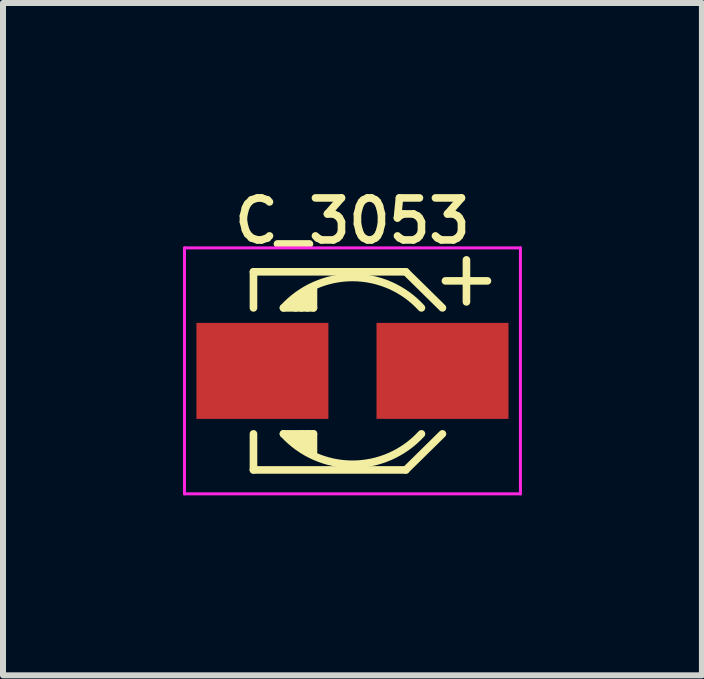
<source format=kicad_pcb>
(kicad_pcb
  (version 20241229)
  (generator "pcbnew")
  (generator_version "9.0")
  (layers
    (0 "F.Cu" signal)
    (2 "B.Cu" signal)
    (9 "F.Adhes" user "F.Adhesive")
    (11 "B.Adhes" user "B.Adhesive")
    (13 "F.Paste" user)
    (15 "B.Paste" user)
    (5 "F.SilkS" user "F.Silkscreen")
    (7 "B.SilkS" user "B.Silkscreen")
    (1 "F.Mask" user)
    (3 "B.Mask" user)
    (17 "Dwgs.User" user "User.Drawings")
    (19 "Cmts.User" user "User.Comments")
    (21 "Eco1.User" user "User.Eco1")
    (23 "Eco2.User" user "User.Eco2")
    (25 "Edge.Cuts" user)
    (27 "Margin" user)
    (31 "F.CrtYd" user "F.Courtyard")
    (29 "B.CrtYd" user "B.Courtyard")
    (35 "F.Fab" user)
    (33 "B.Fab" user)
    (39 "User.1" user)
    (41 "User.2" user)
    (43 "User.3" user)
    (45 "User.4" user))
  (footprint "C_3053"
    (layer "F.Cu")
    (at 2.825 3.132)
    (property "Reference" "C_3053" (at 0 -2.5 0) (layer "F.SilkS") (effects (font (size 0.7 0.7) (thickness 0.127))))
    (attr smd)
    (fp_line (start -1.651 1.651) (end 0.889 1.651) (stroke (width 0.127) (type solid)) (layer "F.SilkS"))
    (fp_line (start -1.65 -1.65) (end -1.65 -1.05) (stroke (width 0.127) (type solid)) (layer "F.SilkS"))
    (fp_line (start -1.65 1.65) (end -1.65 1.05) (stroke (width 0.127) (type solid)) (layer "F.SilkS"))
    (fp_line (start -1.15 -1.05) (end -0.65 -1.05) (stroke (width 0.127) (type solid)) (layer "F.SilkS"))
    (fp_line (start -1.15 1.05) (end -0.65 1.05) (stroke (width 0.127) (type solid)) (layer "F.SilkS"))
    (fp_line (start -0.95 -1.2) (end -0.95 -1.05) (stroke (width 0.127) (type solid)) (layer "F.SilkS"))
    (fp_line (start -0.95 1.2) (end -0.95 1.1) (stroke (width 0.127) (type solid)) (layer "F.SilkS"))
    (fp_line (start -0.85 -1.25) (end -0.85 -1.05) (stroke (width 0.127) (type solid)) (layer "F.SilkS"))
    (fp_line (start -0.85 1.25) (end -0.85 1.05) (stroke (width 0.127) (type solid)) (layer "F.SilkS"))
    (fp_line (start -0.75 -1.35) (end -0.75 -1.05) (stroke (width 0.127) (type solid)) (layer "F.SilkS"))
    (fp_line (start -0.75 1.3) (end -0.75 1.05) (stroke (width 0.127) (type solid)) (layer "F.SilkS"))
    (fp_line (start -0.65 -1.4) (end -0.65 -1.05) (stroke (width 0.127) (type solid)) (layer "F.SilkS"))
    (fp_line (start -0.65 1.35) (end -0.65 1.05) (stroke (width 0.127) (type solid)) (layer "F.SilkS"))
    (fp_line (start 0.889 -1.651) (end -1.651 -1.651) (stroke (width 0.127) (type solid)) (layer "F.SilkS"))
    (fp_line (start 0.889 1.651) (end 1.5 1.05) (stroke (width 0.127) (type solid)) (layer "F.SilkS"))
    (fp_line (start 1.5 -1.05) (end 0.889 -1.651) (stroke (width 0.127) (type solid)) (layer "F.SilkS"))
    (fp_line (start 1.55 -1.5) (end 2.25 -1.5) (stroke (width 0.127) (type solid)) (layer "F.SilkS"))
    (fp_line (start 1.9 -1.85) (end 1.9 -1.15) (stroke (width 0.127) (type solid)) (layer "F.SilkS"))
    (fp_arc (start -1.15 -1.05) (mid -0.00007 -1.557241) (end 1.149906 -1.050103) (stroke (width 0.127) (type solid)) (layer "F.SilkS"))
    (fp_arc (start 1.15 1.05) (mid 0 1.557241) (end -1.15 1.05) (stroke (width 0.127) (type solid)) (layer "F.SilkS"))
    (fp_line (start -2.8 -2.05) (end -2.8 2.05) (stroke (width 0.05) (type solid)) (layer "F.CrtYd"))
    (fp_line (start -2.8 2.05) (end 2.8 2.05) (stroke (width 0.05) (type solid)) (layer "F.CrtYd"))
    (fp_line (start 2.8 -2.05) (end -2.8 -2.05) (stroke (width 0.05) (type solid)) (layer "F.CrtYd"))
    (fp_line (start 2.8 2.05) (end 2.8 -2.05) (stroke (width 0.05) (type solid)) (layer "F.CrtYd"))
    (pad "1" smd rect (at 1.501 0) (size 2.2 1.6) (layers "F.Cu" "F.Mask" "F.Paste"))
    (pad "2" smd rect (at -1.501 0) (size 2.2 1.6) (layers "F.Cu" "F.Mask" "F.Paste")))
  (gr_rect
    (start -3 -3)
    (end 8.65 8.207)
    (stroke (width 0.1) (type default))
    (fill no)
    (layer "Edge.Cuts")))
</source>
